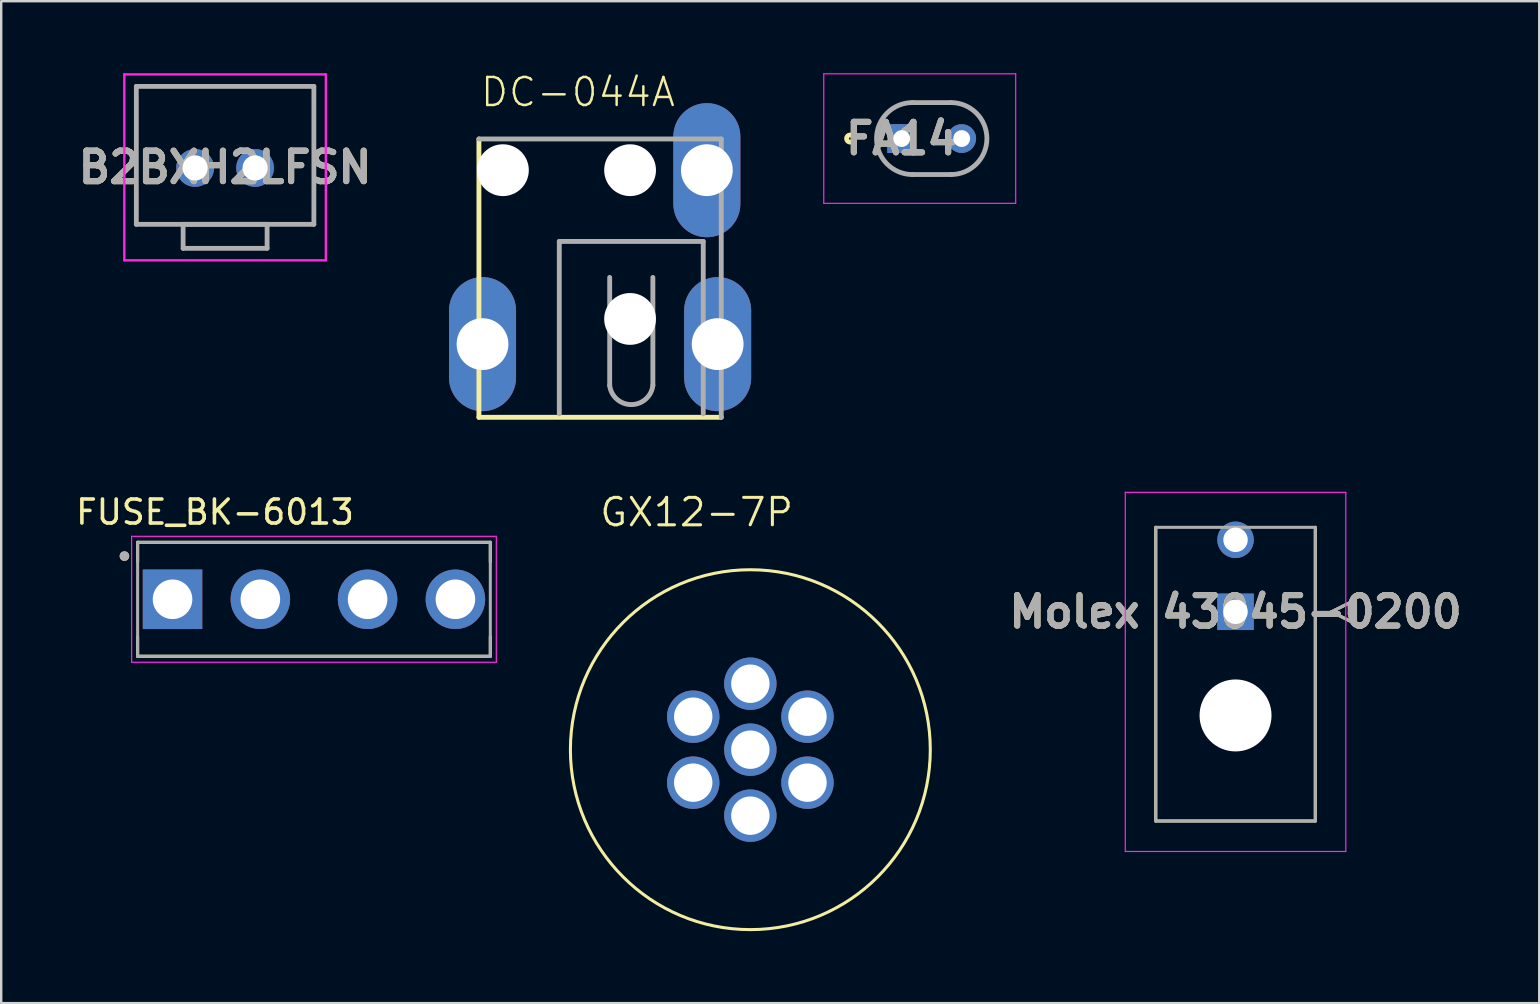
<source format=kicad_pcb>
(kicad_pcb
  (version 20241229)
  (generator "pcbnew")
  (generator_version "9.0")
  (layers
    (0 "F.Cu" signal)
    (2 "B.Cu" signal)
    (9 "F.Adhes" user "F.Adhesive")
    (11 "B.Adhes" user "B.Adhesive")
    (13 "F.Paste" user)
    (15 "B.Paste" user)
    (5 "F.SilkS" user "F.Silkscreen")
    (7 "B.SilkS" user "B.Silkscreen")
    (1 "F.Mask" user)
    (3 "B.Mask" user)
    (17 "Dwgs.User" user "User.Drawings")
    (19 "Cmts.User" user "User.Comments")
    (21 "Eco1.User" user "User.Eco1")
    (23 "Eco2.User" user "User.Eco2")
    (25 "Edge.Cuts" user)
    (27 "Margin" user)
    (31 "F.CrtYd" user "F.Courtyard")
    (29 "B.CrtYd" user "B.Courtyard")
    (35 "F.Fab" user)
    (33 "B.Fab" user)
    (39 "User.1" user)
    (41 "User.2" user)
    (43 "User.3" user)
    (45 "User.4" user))
  (footprint "FUSE_BK-6013"
    (layer "F.Cu")
    (at 10.036 21.928)
    (property "Reference" "FUSE_BK-6013" (at -4.125 -3.635 0) (layer "F.SilkS") (effects (font (size 1 1) (thickness 0.15))))
    (attr through_hole)
    (fp_line (start -7.35 -2.375) (end -7.35 -1.56) (stroke (width 0.127) (type solid)) (layer "F.SilkS"))
    (fp_line (start -7.35 1.56) (end -7.35 2.375) (stroke (width 0.127) (type solid)) (layer "F.SilkS"))
    (fp_line (start -7.35 2.375) (end 7.35 2.375) (stroke (width 0.127) (type solid)) (layer "F.SilkS"))
    (fp_line (start 7.35 -2.375) (end -7.35 -2.375) (stroke (width 0.127) (type solid)) (layer "F.SilkS"))
    (fp_line (start 7.35 -1.56) (end 7.35 -2.375) (stroke (width 0.127) (type solid)) (layer "F.SilkS"))
    (fp_line (start 7.35 2.375) (end 7.35 1.56) (stroke (width 0.127) (type solid)) (layer "F.SilkS"))
    (fp_circle (center -7.9 -1.8) (end -7.8 -1.8) (stroke (width 0.2) (type solid)) (fill no) (layer "F.SilkS"))
    (fp_line (start -7.6 -2.625) (end 7.6 -2.625) (stroke (width 0.05) (type solid)) (layer "F.CrtYd"))
    (fp_line (start -7.6 2.625) (end -7.6 -2.625) (stroke (width 0.05) (type solid)) (layer "F.CrtYd"))
    (fp_line (start 7.6 -2.625) (end 7.6 2.625) (stroke (width 0.05) (type solid)) (layer "F.CrtYd"))
    (fp_line (start 7.6 2.625) (end -7.6 2.625) (stroke (width 0.05) (type solid)) (layer "F.CrtYd"))
    (fp_line (start -7.35 -2.375) (end -7.35 2.375) (stroke (width 0.127) (type solid)) (layer "F.Fab"))
    (fp_line (start -7.35 2.375) (end 7.35 2.375) (stroke (width 0.127) (type solid)) (layer "F.Fab"))
    (fp_line (start 7.35 -2.375) (end -7.35 -2.375) (stroke (width 0.127) (type solid)) (layer "F.Fab"))
    (fp_line (start 7.35 2.375) (end 7.35 -2.375) (stroke (width 0.127) (type solid)) (layer "F.Fab"))
    (fp_circle (center -7.9 -1.8) (end -7.8 -1.8) (stroke (width 0.2) (type solid)) (fill no) (layer "F.Fab"))
    (pad "1" thru_hole rect (at -5.895 0) (size 2.48 2.48) (drill 1.65) (layers "*.Cu" "*.Mask"))
    (pad "1" thru_hole circle (at -2.235 0) (size 2.48 2.48) (drill 1.65) (layers "*.Cu" "*.Mask"))
    (pad "2" thru_hole circle (at 2.235 0) (size 2.48 2.48) (drill 1.65) (layers "*.Cu" "*.Mask"))
    (pad "2" thru_hole circle (at 5.895 0) (size 2.48 2.48) (drill 1.65) (layers "*.Cu" "*.Mask")))
  (footprint "DC-044A"
    (layer "F.Cu")
    (at 21.991 7.823)
    (property "Reference" "DC-044A" (at -5.08 -6.35 0) (layer "F.SilkS") (effects (font (size 1.168 1.168) (thickness 0.102)) (justify left bottom)))
    (fp_line (start -5.08 -5.08) (end -5.08 6.52) (stroke (width 0.203) (type solid)) (layer "F.SilkS"))
    (fp_line (start -5.08 6.52) (end 5.02 6.52) (stroke (width 0.203) (type solid)) (layer "F.SilkS"))
    (fp_line (start -1.73 6.375) (end -1.73 -0.81) (stroke (width 0.203) (type solid)) (layer "F.Fab"))
    (fp_line (start 0.37 5.19) (end 0.37 0.69) (stroke (width 0.203) (type solid)) (layer "F.Fab"))
    (fp_line (start 2.17 5.19) (end 2.17 0.69) (stroke (width 0.203) (type solid)) (layer "F.Fab"))
    (fp_line (start 4.27 -0.81) (end -1.73 -0.81) (stroke (width 0.203) (type solid)) (layer "F.Fab"))
    (fp_line (start 4.27 6.375) (end 4.27 -0.81) (stroke (width 0.203) (type solid)) (layer "F.Fab"))
    (fp_line (start 5.02 -5.08) (end -5.08 -5.08) (stroke (width 0.203) (type solid)) (layer "F.Fab"))
    (fp_line (start 5.02 6.52) (end 5.02 -5.08) (stroke (width 0.203) (type solid)) (layer "F.Fab"))
    (fp_arc (start 2.17 5.189998) (mid 1.270001 5.990308) (end 0.37 5.19) (stroke (width 0.2032) (type solid)) (layer "F.Fab"))
    (pad "" np_thru_hole circle (at -4.08 -3.78) (size 2.159 2.159) (drill 2.159) (layers "*.Cu" "*.Mask"))
    (pad "" np_thru_hole circle (at 1.22 -3.78) (size 2.159 2.159) (drill 2.159) (layers "*.Cu" "*.Mask"))
    (pad "" np_thru_hole circle (at 1.22 2.42) (size 2.159 2.159) (drill 2.159) (layers "*.Cu" "*.Mask"))
    (pad "1" thru_hole oval (at 4.42 -3.78 90) (size 5.588 2.794) (drill 2.159) (layers "*.Cu" "*.Mask"))
    (pad "GND" thru_hole oval (at 4.87 3.47 90) (size 5.588 2.794) (drill 2.159) (layers "*.Cu" "*.Mask"))
    (pad "GND-2" thru_hole oval (at -4.93 3.47 90) (size 5.588 2.794) (drill 2.159) (layers "*.Cu" "*.Mask")))
  (footprint "B2BXH2LFSN"
    (layer "F.Cu")
    (at 5.082 3.95)
    (property "Reference" "B2BXH2LFSN" (at 1.25 -0.025 0) (layer "F.SilkS") (effects (font (size 1.27 1.27) (thickness 0.254))))
    (attr through_hole)
    (fp_line (start -2.45 -3.4) (end 4.95 -3.4) (stroke (width 0.1) (type solid)) (layer "F.SilkS"))
    (fp_line (start -2.45 2.35) (end -2.45 -3.4) (stroke (width 0.1) (type solid)) (layer "F.SilkS"))
    (fp_line (start 4.95 -3.4) (end 4.95 2.35) (stroke (width 0.1) (type solid)) (layer "F.SilkS"))
    (fp_line (start 4.95 2.35) (end -2.45 2.35) (stroke (width 0.1) (type solid)) (layer "F.SilkS"))
    (fp_line (start -2.95 -3.9) (end 5.45 -3.9) (stroke (width 0.1) (type solid)) (layer "F.CrtYd"))
    (fp_line (start -2.95 3.85) (end -2.95 -3.9) (stroke (width 0.1) (type solid)) (layer "F.CrtYd"))
    (fp_line (start 5.45 -3.9) (end 5.45 3.85) (stroke (width 0.1) (type solid)) (layer "F.CrtYd"))
    (fp_line (start 5.45 3.85) (end -2.95 3.85) (stroke (width 0.1) (type solid)) (layer "F.CrtYd"))
    (fp_line (start -2.45 -3.4) (end 4.95 -3.4) (stroke (width 0.2) (type solid)) (layer "F.Fab"))
    (fp_line (start -2.45 2.35) (end -2.45 -3.4) (stroke (width 0.2) (type solid)) (layer "F.Fab"))
    (fp_line (start -0.5 2.35) (end 3 2.35) (stroke (width 0.2) (type solid)) (layer "F.Fab"))
    (fp_line (start -0.5 3.35) (end -0.5 2.35) (stroke (width 0.2) (type solid)) (layer "F.Fab"))
    (fp_line (start 3 2.35) (end 3 3.35) (stroke (width 0.2) (type solid)) (layer "F.Fab"))
    (fp_line (start 3 3.35) (end -0.5 3.35) (stroke (width 0.2) (type solid)) (layer "F.Fab"))
    (fp_line (start 4.95 -3.4) (end 4.95 2.35) (stroke (width 0.2) (type solid)) (layer "F.Fab"))
    (fp_line (start 4.95 2.35) (end -2.45 2.35) (stroke (width 0.2) (type solid)) (layer "F.Fab"))
    (fp_text user "${REFERENCE}" (at 1.25 -0.025 0) (layer "F.Fab") (effects (font (size 1.27 1.27) (thickness 0.254))))
    (pad "1" thru_hole circle (at 0 0) (size 1.575 1.575) (drill 1.05) (layers "*.Cu" "*.Mask"))
    (pad "2" thru_hole circle (at 2.5 0) (size 1.575 1.575) (drill 1.05) (layers "*.Cu" "*.Mask")))
  (footprint "FA14"
    (layer "F.Cu")
    (at 34.533 2.725)
    (property "Reference" "FA14" (at 0 0 0) (layer "F.SilkS") (effects (font (size 1.27 1.27) (thickness 0.254))))
    (attr through_hole)
    (fp_line (start 0.45 -1.5) (end 2.05 -1.5) (stroke (width 0.1) (type solid)) (layer "F.SilkS"))
    (fp_line (start 2.05 1.5) (end 0.45 1.5) (stroke (width 0.1) (type solid)) (layer "F.SilkS"))
    (fp_arc (start 0.45 1.5) (mid -1.05 0) (end 0.45 -1.5) (stroke (width 0.1) (type solid)) (layer "F.SilkS"))
    (fp_arc (start 2.05 -1.5) (mid 3.55 0) (end 2.05 1.5) (stroke (width 0.1) (type solid)) (layer "F.SilkS"))
    (fp_circle (center -2.15 0) (end -2.15 0.05) (stroke (width 0.2) (type solid)) (fill no) (layer "F.SilkS"))
    (fp_line (start -3.25 -2.7) (end 4.75 -2.7) (stroke (width 0.05) (type solid)) (layer "F.CrtYd"))
    (fp_line (start -3.25 2.7) (end -3.25 -2.7) (stroke (width 0.05) (type solid)) (layer "F.CrtYd"))
    (fp_line (start 4.75 -2.7) (end 4.75 2.7) (stroke (width 0.05) (type solid)) (layer "F.CrtYd"))
    (fp_line (start 4.75 2.7) (end -3.25 2.7) (stroke (width 0.05) (type solid)) (layer "F.CrtYd"))
    (fp_line (start 0.45 -1.5) (end 2.05 -1.5) (stroke (width 0.2) (type solid)) (layer "F.Fab"))
    (fp_line (start 2.05 1.5) (end 0.45 1.5) (stroke (width 0.2) (type solid)) (layer "F.Fab"))
    (fp_arc (start 0.45 1.5) (mid -1.05 0) (end 0.45 -1.5) (stroke (width 0.2) (type solid)) (layer "F.Fab"))
    (fp_arc (start 2.05 -1.5) (mid 3.55 0) (end 2.05 1.5) (stroke (width 0.2) (type solid)) (layer "F.Fab"))
    (fp_text user "${REFERENCE}" (at 0 0 0) (layer "F.Fab") (effects (font (size 1.27 1.27) (thickness 0.254))))
    (pad "1" thru_hole rect (at 0 0) (size 1.2 1.2) (drill 0.7) (layers "*.Cu" "*.Mask"))
    (pad "2" thru_hole circle (at 2.5 0) (size 1.2 1.2) (drill 0.7) (layers "*.Cu" "*.Mask")))
  (footprint "GX12-7P"
    (layer "F.Cu")
    (at 28.224 28.196)
    (property "Reference" "GX12-7P" (at -6.35 -9.227 0) (layer "F.SilkS") (effects (font (size 1.143 1.143) (thickness 0.127)) (justify left bottom)))
    (fp_circle (center 0 0) (end 7.5 0) (stroke (width 0.127) (type solid)) (fill no) (layer "F.SilkS"))
    (pad "1" thru_hole circle (at 0 -2.75) (size 2.184 2.184) (drill 1.6) (layers "*.Cu" "*.Mask"))
    (pad "2" thru_hole circle (at 2.381 -1.375) (size 2.184 2.184) (drill 1.6) (layers "*.Cu" "*.Mask"))
    (pad "3" thru_hole circle (at 2.381 1.375) (size 2.184 2.184) (drill 1.6) (layers "*.Cu" "*.Mask"))
    (pad "4" thru_hole circle (at 0 2.75) (size 2.184 2.184) (drill 1.6) (layers "*.Cu" "*.Mask"))
    (pad "5" thru_hole circle (at -2.381 1.375) (size 2.184 2.184) (drill 1.6) (layers "*.Cu" "*.Mask"))
    (pad "6" thru_hole circle (at -2.381 -1.375) (size 2.184 2.184) (drill 1.6) (layers "*.Cu" "*.Mask"))
    (pad "7" thru_hole circle (at 0 0) (size 2.184 2.184) (drill 1.6) (layers "*.Cu" "*.Mask")))
  (footprint "Molex 43045-0200"
    (layer "F.Cu")
    (at 48.446 22.449)
    (property "Reference" "Molex 43045-0200" (at 0 0 0) (layer "F.SilkS") (effects (font (size 1.27 1.27) (thickness 0.254))))
    (attr through_hole)
    (fp_line (start -3.325 8.72) (end -3.325 -3.52) (stroke (width 0.127) (type solid)) (layer "F.SilkS"))
    (fp_line (start 3.325 -3.52) (end 3.325 8.72) (stroke (width 0.127) (type solid)) (layer "F.SilkS"))
    (fp_line (start 3.325 8.72) (end -3.325 8.72) (stroke (width 0.127) (type solid)) (layer "F.SilkS"))
    (fp_line (start 4 0) (end 5 -0.5) (stroke (width 0.127) (type solid)) (layer "F.SilkS"))
    (fp_line (start 5 -0.5) (end 5 0.5) (stroke (width 0.127) (type solid)) (layer "F.SilkS"))
    (fp_line (start 5 0.5) (end 4 0) (stroke (width 0.127) (type solid)) (layer "F.SilkS"))
    (fp_line (start -4.595 -4.979) (end 4.595 -4.979) (stroke (width 0.05) (type solid)) (layer "F.CrtYd"))
    (fp_line (start -4.595 9.99) (end -4.595 -4.979) (stroke (width 0.05) (type solid)) (layer "F.CrtYd"))
    (fp_line (start 4.595 -4.979) (end 4.595 9.99) (stroke (width 0.05) (type solid)) (layer "F.CrtYd"))
    (fp_line (start 4.595 9.99) (end -4.595 9.99) (stroke (width 0.05) (type solid)) (layer "F.CrtYd"))
    (fp_line (start -3.325 -3.52) (end 3.325 -3.52) (stroke (width 0.127) (type solid)) (layer "F.Fab"))
    (fp_line (start -3.325 8.72) (end -3.325 -3.52) (stroke (width 0.127) (type solid)) (layer "F.Fab"))
    (fp_line (start 3.325 -3.52) (end 3.325 8.72) (stroke (width 0.127) (type solid)) (layer "F.Fab"))
    (fp_line (start 3.325 8.72) (end -3.325 8.72) (stroke (width 0.127) (type solid)) (layer "F.Fab"))
    (fp_line (start 4 0) (end 5 -0.5) (stroke (width 0.127) (type solid)) (layer "F.Fab"))
    (fp_line (start 5 -0.5) (end 5 0.5) (stroke (width 0.127) (type solid)) (layer "F.Fab"))
    (fp_line (start 5 0.5) (end 4 0) (stroke (width 0.127) (type solid)) (layer "F.Fab"))
    (fp_text user "${REFERENCE}" (at 0 0 0) (layer "F.Fab") (effects (font (size 1.27 1.27) (thickness 0.254))))
    (pad "" np_thru_hole circle (at 0 4.32) (size 3 3) (drill 3) (layers "*.Cu" "*.Mask"))
    (pad "1" thru_hole rect (at 0 0) (size 1.52 1.52) (drill 1.02) (layers "*.Cu" "*.Mask"))
    (pad "2" thru_hole circle (at 0 -3) (size 1.52 1.52) (drill 1.02) (layers "*.Cu" "*.Mask")))
  (gr_rect
    (start -3 -3)
    (end 61.104 38.759)
    (stroke (width 0.1) (type default))
    (fill no)
    (layer "Edge.Cuts")))
</source>
